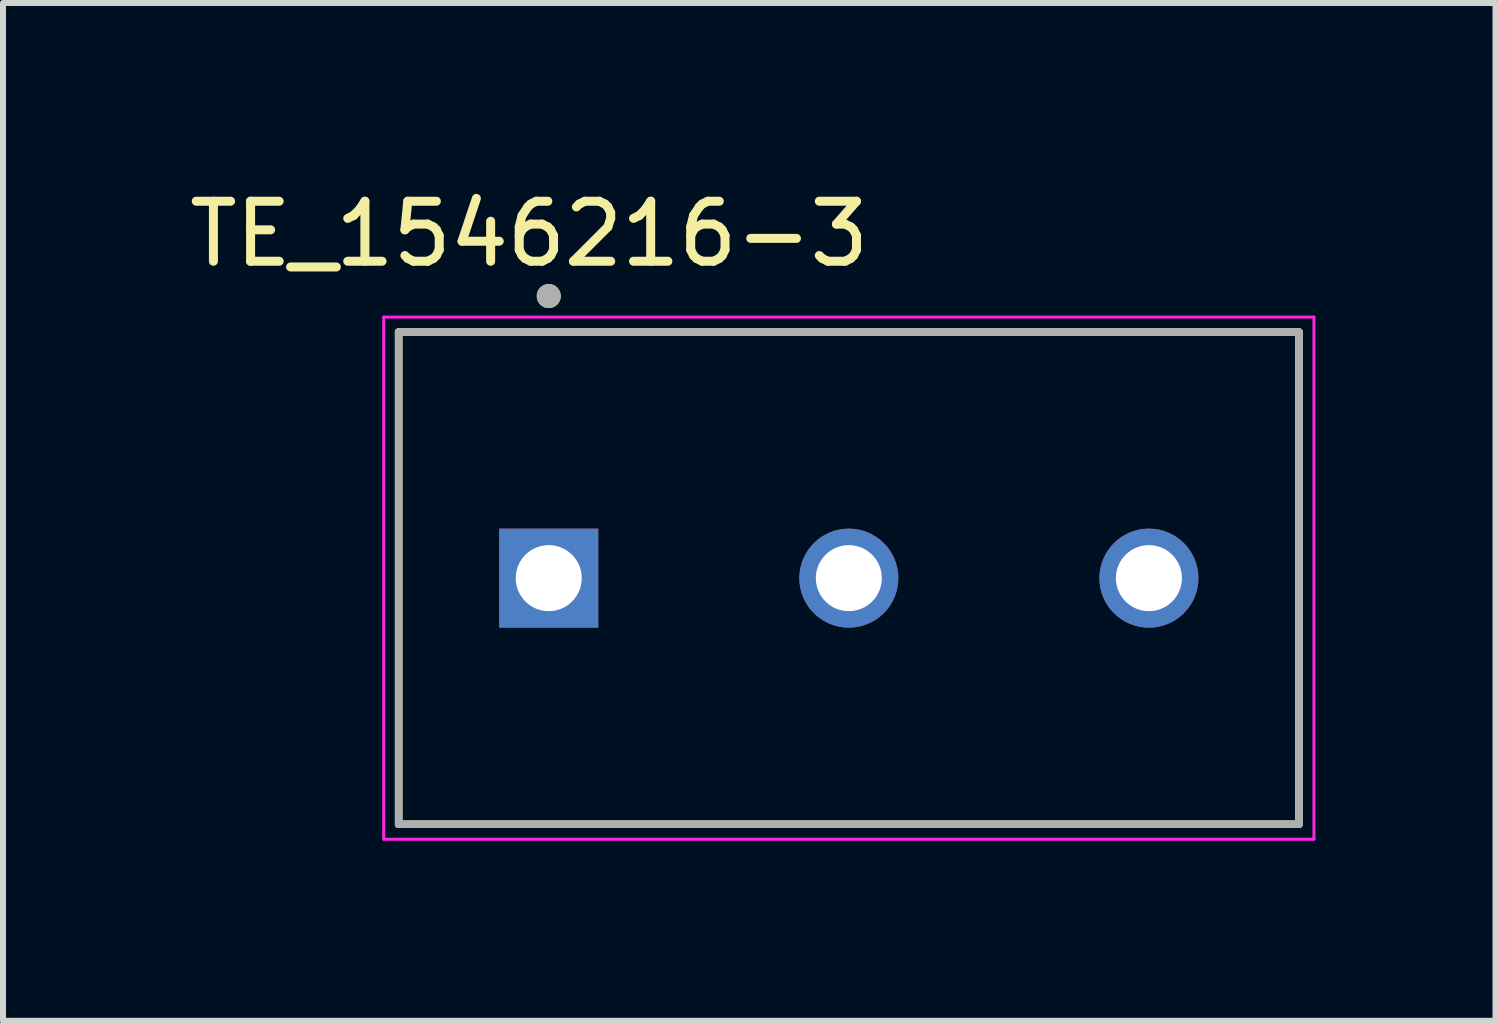
<source format=kicad_pcb>
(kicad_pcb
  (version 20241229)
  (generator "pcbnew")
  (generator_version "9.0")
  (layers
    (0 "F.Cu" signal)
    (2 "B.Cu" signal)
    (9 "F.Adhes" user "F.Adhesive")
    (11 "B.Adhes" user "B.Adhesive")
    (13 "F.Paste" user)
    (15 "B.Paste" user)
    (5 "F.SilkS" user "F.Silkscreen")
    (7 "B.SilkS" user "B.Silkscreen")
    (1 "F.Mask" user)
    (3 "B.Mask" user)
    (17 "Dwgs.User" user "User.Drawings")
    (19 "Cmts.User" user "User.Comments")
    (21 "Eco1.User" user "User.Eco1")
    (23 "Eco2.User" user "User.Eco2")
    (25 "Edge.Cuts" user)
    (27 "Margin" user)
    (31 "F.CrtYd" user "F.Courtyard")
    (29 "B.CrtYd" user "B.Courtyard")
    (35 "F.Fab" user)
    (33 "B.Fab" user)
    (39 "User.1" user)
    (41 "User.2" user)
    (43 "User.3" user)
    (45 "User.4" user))
  (footprint "TE_1546216-3"
    (layer "F.Cu")
    (at 11.093 6.583)
    (property "Reference" "TE_1546216-3" (at -5.325 -5.735 0) (layer "F.SilkS") (effects (font (size 1 1) (thickness 0.15))))
    (attr through_hole)
    (fp_line (start -7.5 -4.1) (end 7.5 -4.1) (stroke (width 0.127) (type solid)) (layer "F.SilkS"))
    (fp_line (start -7.5 4.1) (end -7.5 -4.1) (stroke (width 0.127) (type solid)) (layer "F.SilkS"))
    (fp_line (start 7.5 -4.1) (end 7.5 4.1) (stroke (width 0.127) (type solid)) (layer "F.SilkS"))
    (fp_line (start 7.5 4.1) (end -7.5 4.1) (stroke (width 0.127) (type solid)) (layer "F.SilkS"))
    (fp_circle (center -5 -4.7) (end -4.9 -4.7) (stroke (width 0.2) (type solid)) (fill no) (layer "F.SilkS"))
    (fp_line (start -7.75 -4.35) (end 7.75 -4.35) (stroke (width 0.05) (type solid)) (layer "F.CrtYd"))
    (fp_line (start -7.75 4.35) (end -7.75 -4.35) (stroke (width 0.05) (type solid)) (layer "F.CrtYd"))
    (fp_line (start 7.75 -4.35) (end 7.75 4.35) (stroke (width 0.05) (type solid)) (layer "F.CrtYd"))
    (fp_line (start 7.75 4.35) (end -7.75 4.35) (stroke (width 0.05) (type solid)) (layer "F.CrtYd"))
    (fp_line (start -7.5 -4.1) (end 7.5 -4.1) (stroke (width 0.127) (type solid)) (layer "F.Fab"))
    (fp_line (start -7.5 4.1) (end -7.5 -4.1) (stroke (width 0.127) (type solid)) (layer "F.Fab"))
    (fp_line (start 7.5 -4.1) (end 7.5 4.1) (stroke (width 0.127) (type solid)) (layer "F.Fab"))
    (fp_line (start 7.5 4.1) (end -7.5 4.1) (stroke (width 0.127) (type solid)) (layer "F.Fab"))
    (fp_circle (center -5 -4.7) (end -4.9 -4.7) (stroke (width 0.2) (type solid)) (fill no) (layer "F.Fab"))
    (pad "1" thru_hole rect (at -5 0) (size 1.65 1.65) (drill 1.1) (layers "*.Cu" "*.Mask"))
    (pad "2" thru_hole circle (at 0 0) (size 1.65 1.65) (drill 1.1) (layers "*.Cu" "*.Mask"))
    (pad "3" thru_hole circle (at 5 0) (size 1.65 1.65) (drill 1.1) (layers "*.Cu" "*.Mask")))
  (gr_rect
    (start -3 -3)
    (end 21.868 13.958)
    (stroke (width 0.1) (type default))
    (fill no)
    (layer "Edge.Cuts")))
</source>
